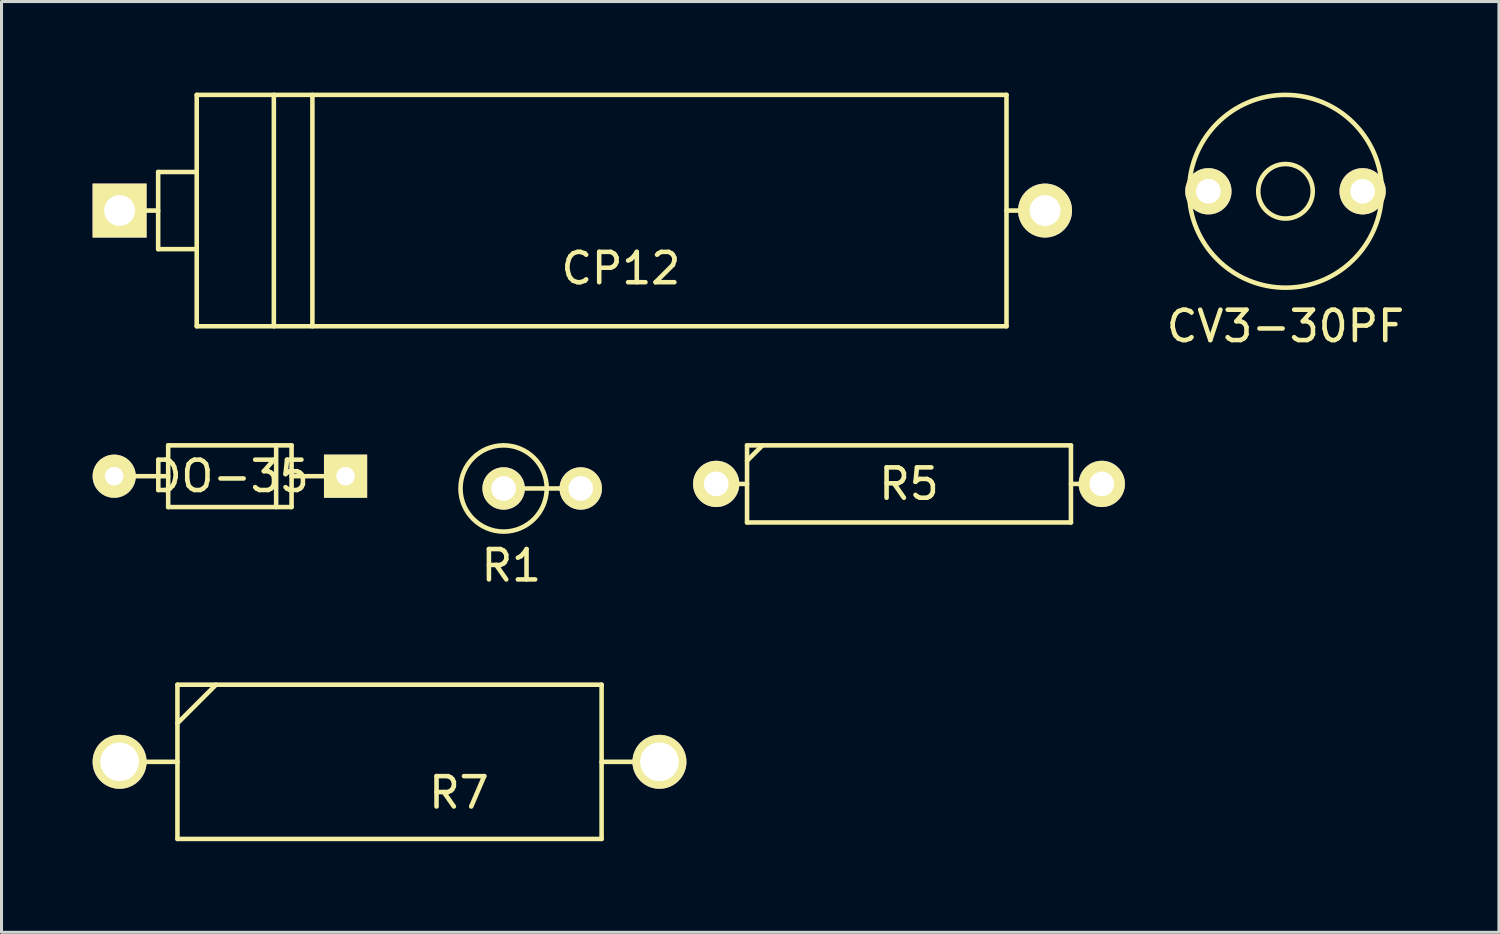
<source format=kicad_pcb>
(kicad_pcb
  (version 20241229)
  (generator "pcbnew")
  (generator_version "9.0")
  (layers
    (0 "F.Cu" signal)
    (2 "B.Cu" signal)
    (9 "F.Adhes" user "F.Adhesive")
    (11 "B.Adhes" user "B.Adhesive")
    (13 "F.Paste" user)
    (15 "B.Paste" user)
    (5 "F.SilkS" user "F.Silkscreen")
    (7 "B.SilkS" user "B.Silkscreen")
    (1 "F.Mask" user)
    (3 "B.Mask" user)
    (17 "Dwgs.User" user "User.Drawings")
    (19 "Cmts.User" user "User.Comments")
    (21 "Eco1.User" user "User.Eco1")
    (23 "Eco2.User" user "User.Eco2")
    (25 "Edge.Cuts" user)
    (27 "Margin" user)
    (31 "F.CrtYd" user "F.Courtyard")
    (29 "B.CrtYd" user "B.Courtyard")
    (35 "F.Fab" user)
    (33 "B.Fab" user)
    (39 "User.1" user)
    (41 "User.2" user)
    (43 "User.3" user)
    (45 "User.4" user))
  (footprint "CV3-30PF"
    (layer "F.Cu")
    (at 39.288 3.25)
    (property "Reference" "CV3-30PF" (at 0 4.445 0) (layer "F.SilkS") (effects (font (size 1 1) (thickness 0.15))))
    (attr through_hole)
    (fp_circle (center 0 0) (end 0.635 0.635) (stroke (width 0.15) (type solid)) (fill no) (layer "F.SilkS"))
    (fp_circle (center 0 0) (end 3.175 0) (stroke (width 0.15) (type solid)) (fill no) (layer "F.SilkS"))
    (pad "1" thru_hole circle (at 2.54 0) (size 1.524 1.524) (drill 0.813) (layers "*.Cu" "*.Mask" "F.SilkS"))
    (pad "2" thru_hole circle (at -2.54 0) (size 1.524 1.524) (drill 0.813) (layers "*.Cu" "*.Mask" "F.SilkS")))
  (footprint "R5"
    (layer "F.Cu")
    (at 26.888 12.888)
    (property "Reference" "R5" (at 0 0 0) (layer "F.SilkS") (effects (font (size 1 1) (thickness 0.15))))
    (attr through_hole)
    (fp_line (start -6.35 0) (end -5.334 0) (stroke (width 0.15) (type solid)) (layer "F.SilkS"))
    (fp_line (start -5.334 -1.27) (end 5.334 -1.27) (stroke (width 0.15) (type solid)) (layer "F.SilkS"))
    (fp_line (start -5.334 -0.762) (end -4.826 -1.27) (stroke (width 0.15) (type solid)) (layer "F.SilkS"))
    (fp_line (start -5.334 1.27) (end -5.334 -1.27) (stroke (width 0.15) (type solid)) (layer "F.SilkS"))
    (fp_line (start 5.334 -1.27) (end 5.334 1.27) (stroke (width 0.15) (type solid)) (layer "F.SilkS"))
    (fp_line (start 5.334 1.27) (end -5.334 1.27) (stroke (width 0.15) (type solid)) (layer "F.SilkS"))
    (fp_line (start 6.35 0) (end 5.334 0) (stroke (width 0.15) (type solid)) (layer "F.SilkS"))
    (pad "1" thru_hole circle (at -6.35 0) (size 1.524 1.524) (drill 0.813) (layers "*.Cu" "*.Mask" "F.SilkS"))
    (pad "2" thru_hole circle (at 6.35 0) (size 1.524 1.524) (drill 0.813) (layers "*.Cu" "*.Mask" "F.SilkS")))
  (footprint "R1"
    (layer "F.Cu")
    (at 14.807 13.038)
    (property "Reference" "R1" (at -1.016 2.54 0) (layer "F.SilkS") (effects (font (size 1 1) (thickness 0.15))))
    (attr through_hole)
    (fp_line (start -1.27 0) (end 1.27 0) (stroke (width 0.15) (type solid)) (layer "F.SilkS"))
    (fp_circle (center -1.27 0) (end -0.635 1.27) (stroke (width 0.15) (type solid)) (fill no) (layer "F.SilkS"))
    (pad "1" thru_hole circle (at -1.27 0) (size 1.397 1.397) (drill 0.813) (layers "*.Cu" "*.Mask" "F.SilkS"))
    (pad "2" thru_hole circle (at 1.27 0) (size 1.397 1.397) (drill 0.813) (layers "*.Cu" "*.Mask" "F.SilkS")))
  (footprint "R7"
    (layer "F.Cu")
    (at 9.779 22.041)
    (property "Reference" "R7" (at 2.286 1.016 0) (layer "F.SilkS") (effects (font (size 1 1) (thickness 0.15))))
    (attr through_hole)
    (fp_line (start -8.89 0) (end -8.89 0) (stroke (width 0.15) (type solid)) (layer "F.SilkS"))
    (fp_line (start -8.89 0) (end -8.89 0) (stroke (width 0.15) (type solid)) (layer "F.SilkS"))
    (fp_line (start -8.89 0) (end -6.985 0) (stroke (width 0.15) (type solid)) (layer "F.SilkS"))
    (fp_line (start -6.985 -2.54) (end -6.985 2.54) (stroke (width 0.15) (type solid)) (layer "F.SilkS"))
    (fp_line (start -6.985 -2.54) (end 6.985 -2.54) (stroke (width 0.15) (type solid)) (layer "F.SilkS"))
    (fp_line (start -6.985 -1.27) (end -5.715 -2.54) (stroke (width 0.15) (type solid)) (layer "F.SilkS"))
    (fp_line (start 6.985 -2.54) (end 6.985 2.54) (stroke (width 0.15) (type solid)) (layer "F.SilkS"))
    (fp_line (start 6.985 0) (end 8.89 0) (stroke (width 0.15) (type solid)) (layer "F.SilkS"))
    (fp_line (start 6.985 2.54) (end -6.985 2.54) (stroke (width 0.15) (type solid)) (layer "F.SilkS"))
    (fp_line (start 8.89 0) (end 8.89 0) (stroke (width 0.15) (type solid)) (layer "F.SilkS"))
    (pad "1" thru_hole circle (at -8.89 0) (size 1.778 1.778) (drill 1.27) (layers "*.Cu" "*.Mask" "F.SilkS"))
    (pad "2" thru_hole circle (at 8.89 0) (size 1.778 1.778) (drill 1.27) (layers "*.Cu" "*.Mask" "F.SilkS")))
  (footprint "DO-35"
    (layer "F.Cu")
    (at 4.521 12.634)
    (property "Reference" "DO-35" (at 0 0 0) (layer "F.SilkS") (effects (font (size 1 1) (thickness 0.15))))
    (attr through_hole)
    (fp_line (start -2.032 -1.016) (end -2.032 1.016) (stroke (width 0.15) (type solid)) (layer "F.SilkS"))
    (fp_line (start -2.032 0) (end -3.81 0) (stroke (width 0.15) (type solid)) (layer "F.SilkS"))
    (fp_line (start -2.032 1.016) (end 2.032 1.016) (stroke (width 0.15) (type solid)) (layer "F.SilkS"))
    (fp_line (start 1.524 -1.016) (end 1.524 1.016) (stroke (width 0.15) (type solid)) (layer "F.SilkS"))
    (fp_line (start 2.032 -1.016) (end -2.032 -1.016) (stroke (width 0.15) (type solid)) (layer "F.SilkS"))
    (fp_line (start 2.032 0) (end 3.81 0) (stroke (width 0.15) (type solid)) (layer "F.SilkS"))
    (fp_line (start 2.032 1.016) (end 2.032 -1.016) (stroke (width 0.15) (type solid)) (layer "F.SilkS"))
    (pad "1" thru_hole rect (at 3.81 0) (size 1.422 1.422) (drill 0.61) (layers "*.Cu" "*.Mask" "F.SilkS"))
    (pad "2" thru_hole circle (at -3.81 0) (size 1.422 1.422) (drill 0.61) (layers "*.Cu" "*.Mask" "F.SilkS")))
  (footprint "CP12"
    (layer "F.Cu")
    (at 16.129 3.885)
    (property "Reference" "CP12" (at 1.27 1.905 0) (layer "F.SilkS") (effects (font (size 1 1) (thickness 0.15))))
    (attr through_hole)
    (fp_line (start -15.24 0) (end -13.97 0) (stroke (width 0.15) (type solid)) (layer "F.SilkS"))
    (fp_line (start -13.97 -1.27) (end -12.7 -1.27) (stroke (width 0.15) (type solid)) (layer "F.SilkS"))
    (fp_line (start -13.97 1.27) (end -13.97 -1.27) (stroke (width 0.15) (type solid)) (layer "F.SilkS"))
    (fp_line (start -12.7 -3.81) (end -12.7 3.81) (stroke (width 0.15) (type solid)) (layer "F.SilkS"))
    (fp_line (start -12.7 -3.81) (end 13.97 -3.81) (stroke (width 0.15) (type solid)) (layer "F.SilkS"))
    (fp_line (start -12.7 1.27) (end -13.97 1.27) (stroke (width 0.15) (type solid)) (layer "F.SilkS"))
    (fp_line (start -10.16 -3.81) (end -10.16 3.81) (stroke (width 0.15) (type solid)) (layer "F.SilkS"))
    (fp_line (start -8.89 -3.81) (end -8.89 3.81) (stroke (width 0.15) (type solid)) (layer "F.SilkS"))
    (fp_line (start 13.97 -3.81) (end 13.97 3.81) (stroke (width 0.15) (type solid)) (layer "F.SilkS"))
    (fp_line (start 13.97 0) (end 15.24 0) (stroke (width 0.15) (type solid)) (layer "F.SilkS"))
    (fp_line (start 13.97 3.81) (end -12.7 3.81) (stroke (width 0.15) (type solid)) (layer "F.SilkS"))
    (pad "1" thru_hole rect (at -15.24 0) (size 1.778 1.778) (drill 1.016) (layers "*.Cu" "*.Mask" "F.SilkS"))
    (pad "2" thru_hole circle (at 15.24 0) (size 1.778 1.778) (drill 1.016) (layers "*.Cu" "*.Mask" "F.SilkS")))
  (gr_rect
    (start -3 -3)
    (end 46.318 27.656)
    (stroke (width 0.1) (type default))
    (fill no)
    (layer "Edge.Cuts")))
</source>
